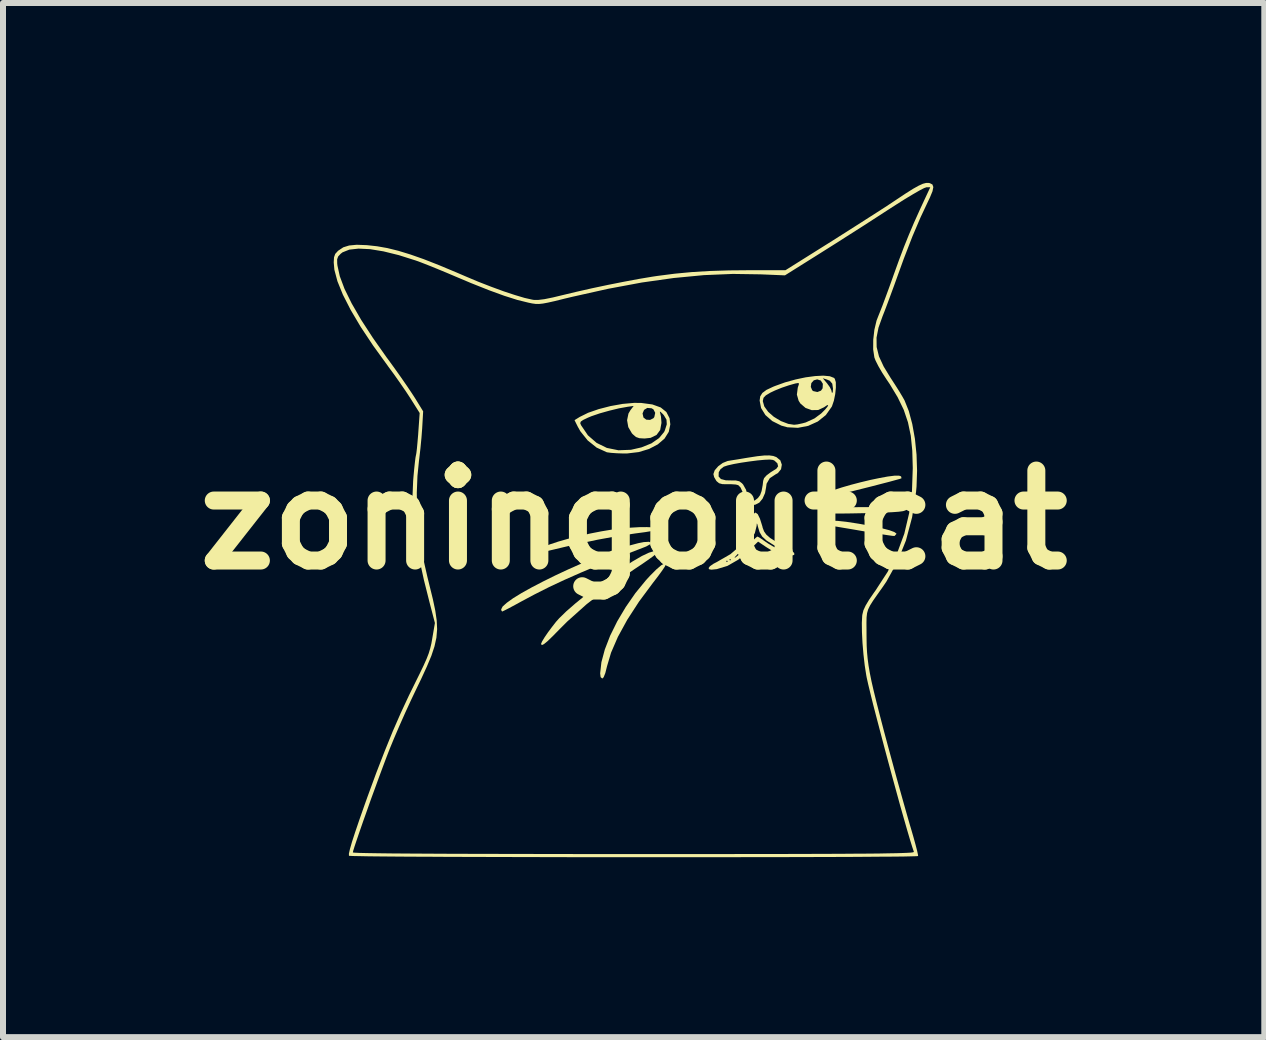
<source format=kicad_pcb>
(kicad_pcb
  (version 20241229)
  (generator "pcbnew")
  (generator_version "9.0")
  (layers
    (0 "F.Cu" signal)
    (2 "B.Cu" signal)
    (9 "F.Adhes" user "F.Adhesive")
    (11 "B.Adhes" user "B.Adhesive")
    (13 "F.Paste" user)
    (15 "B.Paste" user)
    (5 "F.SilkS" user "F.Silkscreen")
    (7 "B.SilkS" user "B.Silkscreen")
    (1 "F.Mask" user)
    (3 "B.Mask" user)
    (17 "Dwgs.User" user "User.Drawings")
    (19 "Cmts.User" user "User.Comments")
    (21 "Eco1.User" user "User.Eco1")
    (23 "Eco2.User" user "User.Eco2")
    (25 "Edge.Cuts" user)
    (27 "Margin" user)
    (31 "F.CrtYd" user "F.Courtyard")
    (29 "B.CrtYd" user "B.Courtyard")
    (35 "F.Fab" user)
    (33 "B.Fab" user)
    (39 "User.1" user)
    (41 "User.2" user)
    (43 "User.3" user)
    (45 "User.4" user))
  (footprint "zoningoutcat"
    (layer "F.Cu")
    (at 7.514 5.617)
    (property "Reference" "zoningoutcat" (at 0 0 0) (layer "F.SilkS") (effects (font (size 1.5 1.5) (thickness 0.3))))
    (attr board_only exclude_from_pos_files exclude_from_bom)
    (fp_poly (pts (xy 0.531 0.746) (xy 0.532 0.757) (xy 0.516 0.787) (xy 0.474 0.849) (xy 0.411 0.935) (xy 0.334 1.036) (xy 0.328 1.043) (xy 0.091 1.362) (xy -0.106 1.666) (xy -0.262 1.951) (xy -0.376 2.214) (xy -0.443 2.44) (xy -0.472 2.555) (xy -0.5 2.625) (xy -0.523 2.646) (xy -0.55 2.622) (xy -0.558 2.56) (xy -0.537 2.373) (xy -0.48 2.161) (xy -0.391 1.931) (xy -0.273 1.692) (xy -0.131 1.453) (xy 0.03 1.221) (xy 0.206 1.006) (xy 0.271 0.935) (xy 0.381 0.825) (xy 0.46 0.758) (xy 0.509 0.731)) (stroke (width 0) (type solid)) (fill yes) (layer "F.SilkS"))
    (fp_poly (pts (xy 3.399 0.017) (xy 3.547 0.033) (xy 3.743 0.063) (xy 3.767 0.067) (xy 3.97 0.104) (xy 4.137 0.14) (xy 4.264 0.173) (xy 4.346 0.203) (xy 4.381 0.228) (xy 4.381 0.235) (xy 4.353 0.267) (xy 4.347 0.269) (xy 4.314 0.267) (xy 4.237 0.256) (xy 4.125 0.239) (xy 3.986 0.216) (xy 3.827 0.189) (xy 3.803 0.185) (xy 3.642 0.157) (xy 3.498 0.133) (xy 3.38 0.113) (xy 3.295 0.1) (xy 3.253 0.094) (xy 3.251 0.094) (xy 3.222 0.072) (xy 3.218 0.053) (xy 3.237 0.027) (xy 3.297 0.015)) (stroke (width 0) (type solid)) (fill yes) (layer "F.SilkS"))
    (fp_poly (pts (xy 4.459 -0.725) (xy 4.466 -0.695) (xy 4.464 -0.692) (xy 4.436 -0.682) (xy 4.364 -0.662) (xy 4.258 -0.633) (xy 4.126 -0.599) (xy 3.976 -0.56) (xy 3.817 -0.52) (xy 3.658 -0.48) (xy 3.506 -0.442) (xy 3.37 -0.409) (xy 3.259 -0.383) (xy 3.182 -0.366) (xy 3.146 -0.359) (xy 3.146 -0.359) (xy 3.117 -0.375) (xy 3.117 -0.389) (xy 3.15 -0.419) (xy 3.225 -0.455) (xy 3.335 -0.496) (xy 3.471 -0.54) (xy 3.623 -0.584) (xy 3.784 -0.626) (xy 3.946 -0.665) (xy 4.099 -0.697) (xy 4.236 -0.722) (xy 4.347 -0.736) (xy 4.424 -0.737)) (stroke (width 0) (type solid)) (fill yes) (layer "F.SilkS"))
    (fp_poly (pts (xy 4.166 -0.211) (xy 4.305 -0.209) (xy 4.42 -0.205) (xy 4.5 -0.2) (xy 4.537 -0.193) (xy 4.537 -0.192) (xy 4.548 -0.173) (xy 4.534 -0.158) (xy 4.493 -0.145) (xy 4.418 -0.135) (xy 4.306 -0.127) (xy 4.151 -0.12) (xy 3.951 -0.114) (xy 3.837 -0.111) (xy 3.626 -0.107) (xy 3.464 -0.105) (xy 3.343 -0.105) (xy 3.259 -0.107) (xy 3.204 -0.112) (xy 3.175 -0.12) (xy 3.165 -0.131) (xy 3.165 -0.133) (xy 3.189 -0.163) (xy 3.25 -0.188) (xy 3.265 -0.192) (xy 3.322 -0.198) (xy 3.418 -0.204) (xy 3.544 -0.208) (xy 3.692 -0.211) (xy 3.85 -0.212) (xy 4.012 -0.212)) (stroke (width 0) (type solid)) (fill yes) (layer "F.SilkS"))
    (fp_poly (pts (xy 0.29 0.38) (xy 0.276 0.407) (xy 0.212 0.443) (xy 0.185 0.454) (xy -0.208 0.606) (xy -0.558 0.745) (xy -0.87 0.876) (xy -1.151 1) (xy -1.409 1.121) (xy -1.651 1.243) (xy -1.861 1.355) (xy -1.978 1.419) (xy -2.077 1.472) (xy -2.151 1.51) (xy -2.19 1.528) (xy -2.193 1.529) (xy -2.206 1.508) (xy -2.208 1.492) (xy -2.184 1.445) (xy -2.115 1.383) (xy -2.009 1.307) (xy -1.869 1.221) (xy -1.702 1.128) (xy -1.514 1.03) (xy -1.31 0.929) (xy -1.096 0.829) (xy -0.878 0.732) (xy -0.661 0.641) (xy -0.452 0.559) (xy -0.255 0.487) (xy -0.076 0.43) (xy 0.078 0.389) (xy 0.17 0.371) (xy 0.254 0.366)) (stroke (width 0) (type solid)) (fill yes) (layer "F.SilkS"))
    (fp_poly (pts (xy 0.31 0.125) (xy 0.363 0.136) (xy 0.372 0.146) (xy 0.365 0.162) (xy 0.338 0.176) (xy 0.283 0.19) (xy 0.192 0.205) (xy 0.057 0.223) (xy 0.027 0.227) (xy -0.27 0.271) (xy -0.604 0.332) (xy -0.961 0.408) (xy -1.16 0.454) (xy -1.319 0.492) (xy -1.434 0.519) (xy -1.512 0.535) (xy -1.56 0.541) (xy -1.585 0.539) (xy -1.594 0.53) (xy -1.596 0.517) (xy -1.571 0.487) (xy -1.501 0.45) (xy -1.393 0.408) (xy -1.254 0.362) (xy -1.093 0.316) (xy -0.915 0.271) (xy -0.728 0.229) (xy -0.54 0.192) (xy -0.358 0.162) (xy -0.349 0.161) (xy -0.195 0.143) (xy -0.043 0.13) (xy 0.098 0.122) (xy 0.218 0.121)) (stroke (width 0) (type solid)) (fill yes) (layer "F.SilkS"))
    (fp_poly (pts (xy 0.388 0.524) (xy 0.399 0.544) (xy 0.378 0.566) (xy 0.319 0.612) (xy 0.23 0.676) (xy 0.118 0.753) (xy 0.014 0.822) (xy -0.411 1.116) (xy -0.785 1.408) (xy -1.107 1.696) (xy -1.23 1.819) (xy -1.349 1.94) (xy -1.436 2.024) (xy -1.495 2.072) (xy -1.529 2.088) (xy -1.542 2.073) (xy -1.543 2.068) (xy -1.527 2.029) (xy -1.486 1.961) (xy -1.428 1.876) (xy -1.36 1.785) (xy -1.293 1.699) (xy -1.24 1.64) (xy -1.122 1.525) (xy -0.968 1.391) (xy -0.789 1.245) (xy -0.595 1.095) (xy -0.396 0.949) (xy -0.202 0.813) (xy -0.024 0.697) (xy 0.129 0.608) (xy 0.146 0.599) (xy 0.257 0.547) (xy 0.34 0.522)) (stroke (width 0) (type solid)) (fill yes) (layer "F.SilkS"))
    (fp_poly (pts (xy 2.328 -1.065) (xy 2.38 -1.046) (xy 2.446 -0.992) (xy 2.471 -0.92) (xy 2.458 -0.844) (xy 2.406 -0.78) (xy 2.365 -0.757) (xy 2.27 -0.694) (xy 2.217 -0.603) (xy 2.208 -0.538) (xy 2.191 -0.446) (xy 2.15 -0.353) (xy 2.096 -0.287) (xy 2.032 -0.254) (xy 1.956 -0.239) (xy 1.89 -0.245) (xy 1.868 -0.257) (xy 1.844 -0.307) (xy 1.835 -0.366) (xy 1.82 -0.458) (xy 1.782 -0.54) (xy 1.745 -0.578) (xy 1.703 -0.589) (xy 1.628 -0.594) (xy 1.572 -0.594) (xy 1.481 -0.595) (xy 1.425 -0.61) (xy 1.386 -0.642) (xy 1.379 -0.65) (xy 1.342 -0.713) (xy 1.34 -0.723) (xy 1.417 -0.723) (xy 1.456 -0.68) (xy 1.537 -0.659) (xy 1.615 -0.657) (xy 1.705 -0.656) (xy 1.762 -0.643) (xy 1.805 -0.611) (xy 1.826 -0.588) (xy 1.876 -0.498) (xy 1.888 -0.428) (xy 1.893 -0.363) (xy 1.905 -0.324) (xy 1.906 -0.324) (xy 1.957 -0.306) (xy 2.023 -0.325) (xy 2.073 -0.364) (xy 2.109 -0.413) (xy 2.134 -0.481) (xy 2.152 -0.58) (xy 2.16 -0.651) (xy 2.175 -0.695) (xy 2.216 -0.741) (xy 2.289 -0.796) (xy 2.379 -0.851) (xy 2.409 -0.892) (xy 2.397 -0.942) (xy 2.349 -0.987) (xy 2.322 -0.999) (xy 2.271 -1.005) (xy 2.18 -1.001) (xy 2.062 -0.99) (xy 1.93 -0.973) (xy 1.795 -0.953) (xy 1.671 -0.931) (xy 1.57 -0.908) (xy 1.503 -0.886) (xy 1.503 -0.886) (xy 1.447 -0.842) (xy 1.419 -0.793) (xy 1.417 -0.723) (xy 1.34 -0.723) (xy 1.33 -0.763) (xy 1.352 -0.826) (xy 1.41 -0.893) (xy 1.487 -0.949) (xy 1.567 -0.981) (xy 1.572 -0.982) (xy 1.639 -0.993) (xy 1.741 -1.009) (xy 1.859 -1.029) (xy 1.908 -1.037) (xy 2.064 -1.061) (xy 2.179 -1.073) (xy 2.263 -1.074)) (stroke (width 0) (type solid)) (fill yes) (layer "F.SilkS"))
    (fp_poly (pts (xy 0.126 -1.949) (xy 0.312 -1.924) (xy 0.451 -1.874) (xy 0.546 -1.798) (xy 0.599 -1.695) (xy 0.612 -1.592) (xy 0.586 -1.467) (xy 0.515 -1.354) (xy 0.403 -1.258) (xy 0.258 -1.182) (xy 0.087 -1.13) (xy -0.106 -1.107) (xy -0.167 -1.106) (xy -0.279 -1.11) (xy -0.377 -1.117) (xy -0.444 -1.126) (xy -0.452 -1.129) (xy -0.616 -1.204) (xy -0.765 -1.323) (xy -0.887 -1.475) (xy -0.929 -1.549) (xy -0.96 -1.611) (xy -0.89 -1.611) (xy -0.876 -1.577) (xy -0.762 -1.409) (xy -0.617 -1.283) (xy -0.446 -1.199) (xy -0.253 -1.16) (xy -0.044 -1.168) (xy 0.131 -1.208) (xy 0.297 -1.275) (xy 0.424 -1.363) (xy 0.508 -1.464) (xy 0.521 -1.492) (xy 0.553 -1.593) (xy 0.548 -1.671) (xy 0.505 -1.743) (xy 0.49 -1.761) (xy 0.448 -1.802) (xy 0.436 -1.803) (xy 0.442 -1.782) (xy 0.456 -1.722) (xy 0.463 -1.638) (xy 0.464 -1.616) (xy 0.443 -1.498) (xy 0.382 -1.415) (xy 0.283 -1.367) (xy 0.183 -1.356) (xy 0.096 -1.361) (xy 0.039 -1.381) (xy -0.014 -1.427) (xy -0.029 -1.443) (xy -0.089 -1.546) (xy -0.109 -1.661) (xy -0.086 -1.772) (xy -0.085 -1.774) (xy 0.149 -1.774) (xy 0.164 -1.706) (xy 0.211 -1.67) (xy 0.274 -1.666) (xy 0.33 -1.694) (xy 0.345 -1.714) (xy 0.36 -1.784) (xy 0.331 -1.841) (xy 0.3 -1.86) (xy 0.228 -1.866) (xy 0.174 -1.833) (xy 0.149 -1.774) (xy -0.085 -1.774) (xy -0.052 -1.83) (xy 0.001 -1.899) (xy -0.099 -1.885) (xy -0.244 -1.859) (xy -0.405 -1.82) (xy -0.565 -1.775) (xy -0.703 -1.728) (xy -0.763 -1.703) (xy -0.842 -1.665) (xy -0.881 -1.638) (xy -0.89 -1.611) (xy -0.96 -1.611) (xy -0.985 -1.662) (xy -0.898 -1.716) (xy -0.758 -1.785) (xy -0.582 -1.846) (xy -0.384 -1.897) (xy -0.182 -1.933) (xy 0.008 -1.95)) (stroke (width 0) (type solid)) (fill yes) (layer "F.SilkS"))
    (fp_poly (pts (xy 2.069 -0.095) (xy 2.106 -0.02) (xy 2.146 0.107) (xy 2.152 0.133) (xy 2.175 0.193) (xy 2.213 0.247) (xy 2.276 0.302) (xy 2.37 0.362) (xy 2.504 0.436) (xy 2.541 0.456) (xy 2.632 0.51) (xy 2.678 0.554) (xy 2.678 0.584) (xy 2.63 0.598) (xy 2.613 0.598) (xy 2.454 0.573) (xy 2.285 0.5) (xy 2.209 0.453) (xy 2.075 0.363) (xy 1.922 0.514) (xy 1.744 0.665) (xy 1.564 0.768) (xy 1.386 0.822) (xy 1.376 0.823) (xy 1.297 0.831) (xy 1.259 0.824) (xy 1.25 0.804) (xy 1.272 0.774) (xy 1.33 0.733) (xy 1.388 0.703) (xy 1.407 0.692) (xy 1.543 0.692) (xy 1.556 0.705) (xy 1.569 0.692) (xy 1.556 0.678) (xy 1.543 0.692) (xy 1.407 0.692) (xy 1.453 0.665) (xy 1.596 0.665) (xy 1.609 0.678) (xy 1.622 0.665) (xy 1.609 0.652) (xy 1.596 0.665) (xy 1.453 0.665) (xy 1.508 0.634) (xy 1.684 0.634) (xy 1.692 0.631) (xy 1.736 0.597) (xy 1.802 0.536) (xy 1.879 0.459) (xy 1.896 0.44) (xy 1.967 0.366) (xy 2.025 0.31) (xy 2.059 0.281) (xy 2.064 0.279) (xy 2.095 0.294) (xy 2.15 0.33) (xy 2.165 0.342) (xy 2.241 0.394) (xy 2.322 0.442) (xy 2.394 0.478) (xy 2.439 0.492) (xy 2.439 0.492) (xy 2.43 0.48) (xy 2.385 0.449) (xy 2.327 0.415) (xy 2.216 0.345) (xy 2.144 0.279) (xy 2.1 0.205) (xy 2.078 0.132) (xy 2.062 0.072) (xy 2.054 0.06) (xy 2.051 0.095) (xy 2.051 0.101) (xy 2.021 0.221) (xy 1.944 0.352) (xy 1.82 0.491) (xy 1.79 0.519) (xy 1.726 0.58) (xy 1.689 0.62) (xy 1.684 0.634) (xy 1.508 0.634) (xy 1.615 0.572) (xy 1.807 0.407) (xy 1.858 0.351) (xy 1.921 0.273) (xy 1.954 0.211) (xy 1.967 0.144) (xy 1.968 0.094) (xy 1.974 -0.023) (xy 1.993 -0.092) (xy 2.025 -0.119) (xy 2.034 -0.12)) (stroke (width 0) (type solid)) (fill yes) (layer "F.SilkS"))
    (fp_poly (pts (xy 3.271 -2.394) (xy 3.34 -2.367) (xy 3.354 -2.352) (xy 3.371 -2.295) (xy 3.372 -2.203) (xy 3.361 -2.095) (xy 3.339 -1.987) (xy 3.308 -1.896) (xy 3.302 -1.884) (xy 3.204 -1.746) (xy 3.07 -1.639) (xy 2.911 -1.567) (xy 2.739 -1.534) (xy 2.564 -1.543) (xy 2.463 -1.571) (xy 2.311 -1.647) (xy 2.197 -1.747) (xy 2.125 -1.864) (xy 2.103 -1.978) (xy 2.154 -1.978) (xy 2.179 -1.89) (xy 2.244 -1.8) (xy 2.34 -1.716) (xy 2.455 -1.647) (xy 2.578 -1.6) (xy 2.675 -1.585) (xy 2.731 -1.591) (xy 2.815 -1.609) (xy 2.87 -1.624) (xy 3.016 -1.691) (xy 3.128 -1.774) (xy 3.192 -1.838) (xy 3.232 -1.886) (xy 3.244 -1.913) (xy 3.227 -1.912) (xy 3.176 -1.878) (xy 3.175 -1.877) (xy 3.077 -1.831) (xy 2.969 -1.829) (xy 2.866 -1.866) (xy 2.78 -1.94) (xy 2.751 -1.986) (xy 2.722 -2.088) (xy 2.737 -2.205) (xy 2.741 -2.217) (xy 2.954 -2.217) (xy 2.977 -2.161) (xy 2.996 -2.146) (xy 3.064 -2.131) (xy 3.124 -2.154) (xy 3.151 -2.193) (xy 3.155 -2.268) (xy 3.121 -2.322) (xy 3.061 -2.342) (xy 3.004 -2.326) (xy 2.963 -2.28) (xy 2.954 -2.217) (xy 2.741 -2.217) (xy 2.753 -2.252) (xy 2.757 -2.274) (xy 2.741 -2.281) (xy 2.695 -2.273) (xy 2.61 -2.249) (xy 2.589 -2.243) (xy 2.473 -2.204) (xy 2.357 -2.157) (xy 2.281 -2.121) (xy 2.204 -2.075) (xy 2.166 -2.035) (xy 2.155 -1.987) (xy 2.154 -1.978) (xy 2.103 -1.978) (xy 2.101 -1.989) (xy 2.111 -2.059) (xy 2.146 -2.115) (xy 2.214 -2.166) (xy 2.324 -2.218) (xy 2.356 -2.231) (xy 2.525 -2.292) (xy 2.699 -2.34) (xy 2.797 -2.361) (xy 3.154 -2.361) (xy 3.226 -2.275) (xy 3.271 -2.213) (xy 3.296 -2.162) (xy 3.298 -2.152) (xy 3.306 -2.118) (xy 3.311 -2.114) (xy 3.321 -2.137) (xy 3.324 -2.188) (xy 3.312 -2.27) (xy 3.271 -2.319) (xy 3.22 -2.34) (xy 3.154 -2.361) (xy 2.797 -2.361) (xy 2.869 -2.376) (xy 3.027 -2.397) (xy 3.163 -2.404)) (stroke (width 0) (type solid)) (fill yes) (layer "F.SilkS"))
    (fp_poly (pts (xy 4.921 -5.617) (xy 4.939 -5.613) (xy 4.982 -5.591) (xy 4.997 -5.548) (xy 4.983 -5.478) (xy 4.94 -5.374) (xy 4.91 -5.311) (xy 4.783 -5.041) (xy 4.647 -4.722) (xy 4.505 -4.355) (xy 4.405 -4.079) (xy 4.345 -3.912) (xy 4.284 -3.746) (xy 4.228 -3.595) (xy 4.181 -3.471) (xy 4.15 -3.393) (xy 4.083 -3.205) (xy 4.05 -3.038) (xy 4.052 -2.881) (xy 4.091 -2.724) (xy 4.169 -2.556) (xy 4.282 -2.371) (xy 4.358 -2.254) (xy 4.429 -2.142) (xy 4.485 -2.048) (xy 4.517 -1.991) (xy 4.588 -1.814) (xy 4.646 -1.597) (xy 4.69 -1.351) (xy 4.717 -1.087) (xy 4.726 -0.818) (xy 4.717 -0.554) (xy 4.709 -0.467) (xy 4.643 -0.043) (xy 4.54 0.345) (xy 4.397 0.701) (xy 4.216 1.027) (xy 4.158 1.113) (xy 4.062 1.248) (xy 3.991 1.35) (xy 3.942 1.428) (xy 3.91 1.494) (xy 3.892 1.556) (xy 3.884 1.626) (xy 3.882 1.715) (xy 3.883 1.833) (xy 3.883 1.874) (xy 3.884 1.995) (xy 3.886 2.105) (xy 3.892 2.211) (xy 3.902 2.317) (xy 3.917 2.43) (xy 3.938 2.553) (xy 3.966 2.692) (xy 4.003 2.853) (xy 4.049 3.04) (xy 4.105 3.259) (xy 4.172 3.516) (xy 4.252 3.814) (xy 4.318 4.056) (xy 4.375 4.267) (xy 4.437 4.49) (xy 4.499 4.711) (xy 4.557 4.916) (xy 4.607 5.09) (xy 4.624 5.146) (xy 4.666 5.291) (xy 4.701 5.418) (xy 4.727 5.519) (xy 4.741 5.584) (xy 4.743 5.605) (xy 4.715 5.608) (xy 4.638 5.61) (xy 4.513 5.613) (xy 4.346 5.615) (xy 4.138 5.616) (xy 3.893 5.618) (xy 3.615 5.62) (xy 3.306 5.621) (xy 2.97 5.622) (xy 2.611 5.623) (xy 2.23 5.624) (xy 1.833 5.624) (xy 1.421 5.625) (xy 0.999 5.625) (xy 0.569 5.625) (xy 0.135 5.625) (xy -0.301 5.625) (xy -0.734 5.625) (xy -1.161 5.624) (xy -1.58 5.623) (xy -1.987 5.622) (xy -2.378 5.621) (xy -2.751 5.62) (xy -3.102 5.619) (xy -3.428 5.617) (xy -3.726 5.616) (xy -3.992 5.614) (xy -4.223 5.612) (xy -4.417 5.61) (xy -4.568 5.607) (xy -4.676 5.605) (xy -4.735 5.602) (xy -4.746 5.601) (xy -4.747 5.566) (xy -4.73 5.49) (xy -4.696 5.371) (xy -4.643 5.208) (xy -4.572 4.999) (xy -4.482 4.743) (xy -4.438 4.62) (xy -4.29 4.217) (xy -4.15 3.856) (xy -4.016 3.526) (xy -3.882 3.22) (xy -3.745 2.926) (xy -3.653 2.739) (xy -3.567 2.565) (xy -3.501 2.428) (xy -3.452 2.318) (xy -3.417 2.228) (xy -3.392 2.146) (xy -3.372 2.063) (xy -3.357 1.977) (xy -3.313 1.72) (xy -3.402 1.378) (xy -3.496 1.004) (xy -3.569 0.671) (xy -3.624 0.371) (xy -3.661 0.097) (xy -3.681 -0.159) (xy -3.686 -0.404) (xy -3.676 -0.647) (xy -3.671 -0.71) (xy -3.659 -0.842) (xy -3.647 -0.954) (xy -3.637 -1.036) (xy -3.629 -1.078) (xy -3.628 -1.081) (xy -3.622 -1.114) (xy -3.613 -1.189) (xy -3.603 -1.296) (xy -3.592 -1.424) (xy -3.591 -1.441) (xy -3.567 -1.781) (xy -3.718 -2.021) (xy -3.794 -2.137) (xy -3.891 -2.278) (xy -3.995 -2.426) (xy -4.096 -2.563) (xy -4.099 -2.568) (xy -4.343 -2.905) (xy -4.549 -3.215) (xy -4.717 -3.499) (xy -4.847 -3.753) (xy -4.938 -3.977) (xy -4.989 -4.169) (xy -5 -4.292) (xy -4.997 -4.344) (xy -4.943 -4.344) (xy -4.942 -4.275) (xy -4.938 -4.24) (xy -4.899 -4.062) (xy -4.82 -3.851) (xy -4.701 -3.609) (xy -4.543 -3.335) (xy -4.346 -3.032) (xy -4.113 -2.701) (xy -4.096 -2.679) (xy -3.988 -2.53) (xy -3.88 -2.378) (xy -3.781 -2.235) (xy -3.699 -2.113) (xy -3.645 -2.03) (xy -3.509 -1.809) (xy -3.525 -1.529) (xy -3.537 -1.371) (xy -3.554 -1.194) (xy -3.573 -1.029) (xy -3.579 -0.981) (xy -3.604 -0.731) (xy -3.615 -0.452) (xy -3.612 -0.163) (xy -3.595 0.114) (xy -3.575 0.288) (xy -3.554 0.412) (xy -3.522 0.573) (xy -3.483 0.755) (xy -3.44 0.944) (xy -3.402 1.099) (xy -3.347 1.323) (xy -3.307 1.512) (xy -3.283 1.676) (xy -3.276 1.824) (xy -3.288 1.965) (xy -3.32 2.11) (xy -3.372 2.267) (xy -3.447 2.446) (xy -3.544 2.657) (xy -3.616 2.806) (xy -3.709 3.001) (xy -3.808 3.216) (xy -3.905 3.435) (xy -3.993 3.64) (xy -4.065 3.814) (xy -4.066 3.817) (xy -4.117 3.948) (xy -4.176 4.105) (xy -4.241 4.28) (xy -4.309 4.467) (xy -4.379 4.658) (xy -4.446 4.848) (xy -4.51 5.028) (xy -4.567 5.192) (xy -4.615 5.333) (xy -4.652 5.443) (xy -4.675 5.517) (xy -4.681 5.546) (xy -4.655 5.549) (xy -4.575 5.553) (xy -4.443 5.556) (xy -4.259 5.559) (xy -4.024 5.562) (xy -3.736 5.564) (xy -3.398 5.566) (xy -3.009 5.568) (xy -2.57 5.569) (xy -2.081 5.57) (xy -1.542 5.571) (xy -0.954 5.572) (xy -0.317 5.572) (xy 0.003 5.572) (xy 0.599 5.572) (xy 1.144 5.572) (xy 1.639 5.572) (xy 2.089 5.571) (xy 2.493 5.571) (xy 2.855 5.57) (xy 3.177 5.569) (xy 3.461 5.568) (xy 3.708 5.566) (xy 3.922 5.565) (xy 4.104 5.563) (xy 4.256 5.56) (xy 4.381 5.558) (xy 4.48 5.555) (xy 4.556 5.552) (xy 4.612 5.549) (xy 4.648 5.545) (xy 4.668 5.54) (xy 4.673 5.536) (xy 4.673 5.536) (xy 4.647 5.459) (xy 4.609 5.337) (xy 4.562 5.177) (xy 4.507 4.985) (xy 4.445 4.767) (xy 4.38 4.53) (xy 4.312 4.282) (xy 4.243 4.027) (xy 4.175 3.773) (xy 4.11 3.526) (xy 4.049 3.293) (xy 3.994 3.081) (xy 3.948 2.895) (xy 3.911 2.742) (xy 3.886 2.63) (xy 3.879 2.593) (xy 3.853 2.426) (xy 3.832 2.242) (xy 3.816 2.054) (xy 3.807 1.875) (xy 3.805 1.719) (xy 3.811 1.599) (xy 3.814 1.578) (xy 3.831 1.509) (xy 3.867 1.431) (xy 3.926 1.332) (xy 4.014 1.204) (xy 4.031 1.181) (xy 4.234 0.869) (xy 4.393 0.556) (xy 4.513 0.231) (xy 4.594 -0.112) (xy 4.641 -0.484) (xy 4.654 -0.864) (xy 4.646 -1.153) (xy 4.621 -1.403) (xy 4.574 -1.626) (xy 4.503 -1.836) (xy 4.402 -2.044) (xy 4.27 -2.263) (xy 4.219 -2.338) (xy 4.145 -2.452) (xy 4.081 -2.562) (xy 4.034 -2.655) (xy 4.014 -2.707) (xy 3.994 -2.841) (xy 3.995 -3.002) (xy 4.014 -3.169) (xy 4.05 -3.321) (xy 4.077 -3.391) (xy 4.105 -3.461) (xy 4.148 -3.57) (xy 4.2 -3.71) (xy 4.259 -3.87) (xy 4.32 -4.04) (xy 4.335 -4.083) (xy 4.425 -4.332) (xy 4.507 -4.549) (xy 4.588 -4.75) (xy 4.674 -4.953) (xy 4.774 -5.175) (xy 4.85 -5.339) (xy 4.946 -5.545) (xy 4.883 -5.545) (xy 4.843 -5.531) (xy 4.766 -5.491) (xy 4.657 -5.428) (xy 4.522 -5.347) (xy 4.369 -5.25) (xy 4.26 -5.18) (xy 4.064 -5.053) (xy 3.84 -4.908) (xy 3.603 -4.757) (xy 3.371 -4.609) (xy 3.16 -4.476) (xy 3.111 -4.445) (xy 2.523 -4.076) (xy 2.119 -4.093) (xy 1.654 -4.1) (xy 1.172 -4.08) (xy 0.669 -4.032) (xy 0.138 -3.957) (xy -0.425 -3.852) (xy -1.025 -3.718) (xy -1.155 -3.687) (xy -1.311 -3.648) (xy -1.427 -3.622) (xy -1.512 -3.606) (xy -1.577 -3.599) (xy -1.634 -3.6) (xy -1.693 -3.608) (xy -1.759 -3.622) (xy -1.941 -3.667) (xy -2.158 -3.736) (xy -2.413 -3.829) (xy -2.71 -3.947) (xy -2.947 -4.047) (xy -3.112 -4.117) (xy -3.276 -4.185) (xy -3.427 -4.246) (xy -3.553 -4.295) (xy -3.63 -4.323) (xy -3.914 -4.413) (xy -4.17 -4.476) (xy -4.395 -4.513) (xy -4.586 -4.522) (xy -4.74 -4.505) (xy -4.853 -4.46) (xy -4.884 -4.436) (xy -4.926 -4.391) (xy -4.943 -4.344) (xy -4.997 -4.344) (xy -4.995 -4.378) (xy -4.975 -4.434) (xy -4.929 -4.484) (xy -4.92 -4.491) (xy -4.84 -4.544) (xy -4.743 -4.574) (xy -4.618 -4.586) (xy -4.455 -4.58) (xy -4.44 -4.579) (xy -4.276 -4.561) (xy -4.106 -4.531) (xy -3.924 -4.486) (xy -3.724 -4.425) (xy -3.499 -4.346) (xy -3.244 -4.246) (xy -2.95 -4.123) (xy -2.806 -4.061) (xy -2.59 -3.97) (xy -2.374 -3.886) (xy -2.167 -3.81) (xy -1.979 -3.748) (xy -1.818 -3.7) (xy -1.694 -3.672) (xy -1.667 -3.667) (xy -1.593 -3.666) (xy -1.488 -3.679) (xy -1.345 -3.708) (xy -1.179 -3.748) (xy -0.949 -3.803) (xy -0.693 -3.861) (xy -0.423 -3.918) (xy -0.155 -3.971) (xy 0.096 -4.018) (xy 0.318 -4.055) (xy 0.399 -4.067) (xy 0.686 -4.104) (xy 0.972 -4.131) (xy 1.27 -4.149) (xy 1.593 -4.159) (xy 1.924 -4.162) (xy 2.532 -4.162) (xy 3.281 -4.632) (xy 3.48 -4.758) (xy 3.683 -4.887) (xy 3.88 -5.013) (xy 4.063 -5.13) (xy 4.221 -5.232) (xy 4.346 -5.315) (xy 4.379 -5.337) (xy 4.537 -5.442) (xy 4.659 -5.519) (xy 4.752 -5.571) (xy 4.822 -5.603) (xy 4.876 -5.617)) (stroke (width 0) (type solid)) (fill yes) (layer "F.SilkS")))
  (gr_rect
    (start -3 -3)
    (end 18.029 14.242)
    (stroke (width 0.1) (type default))
    (fill no)
    (layer "Edge.Cuts")))
</source>
